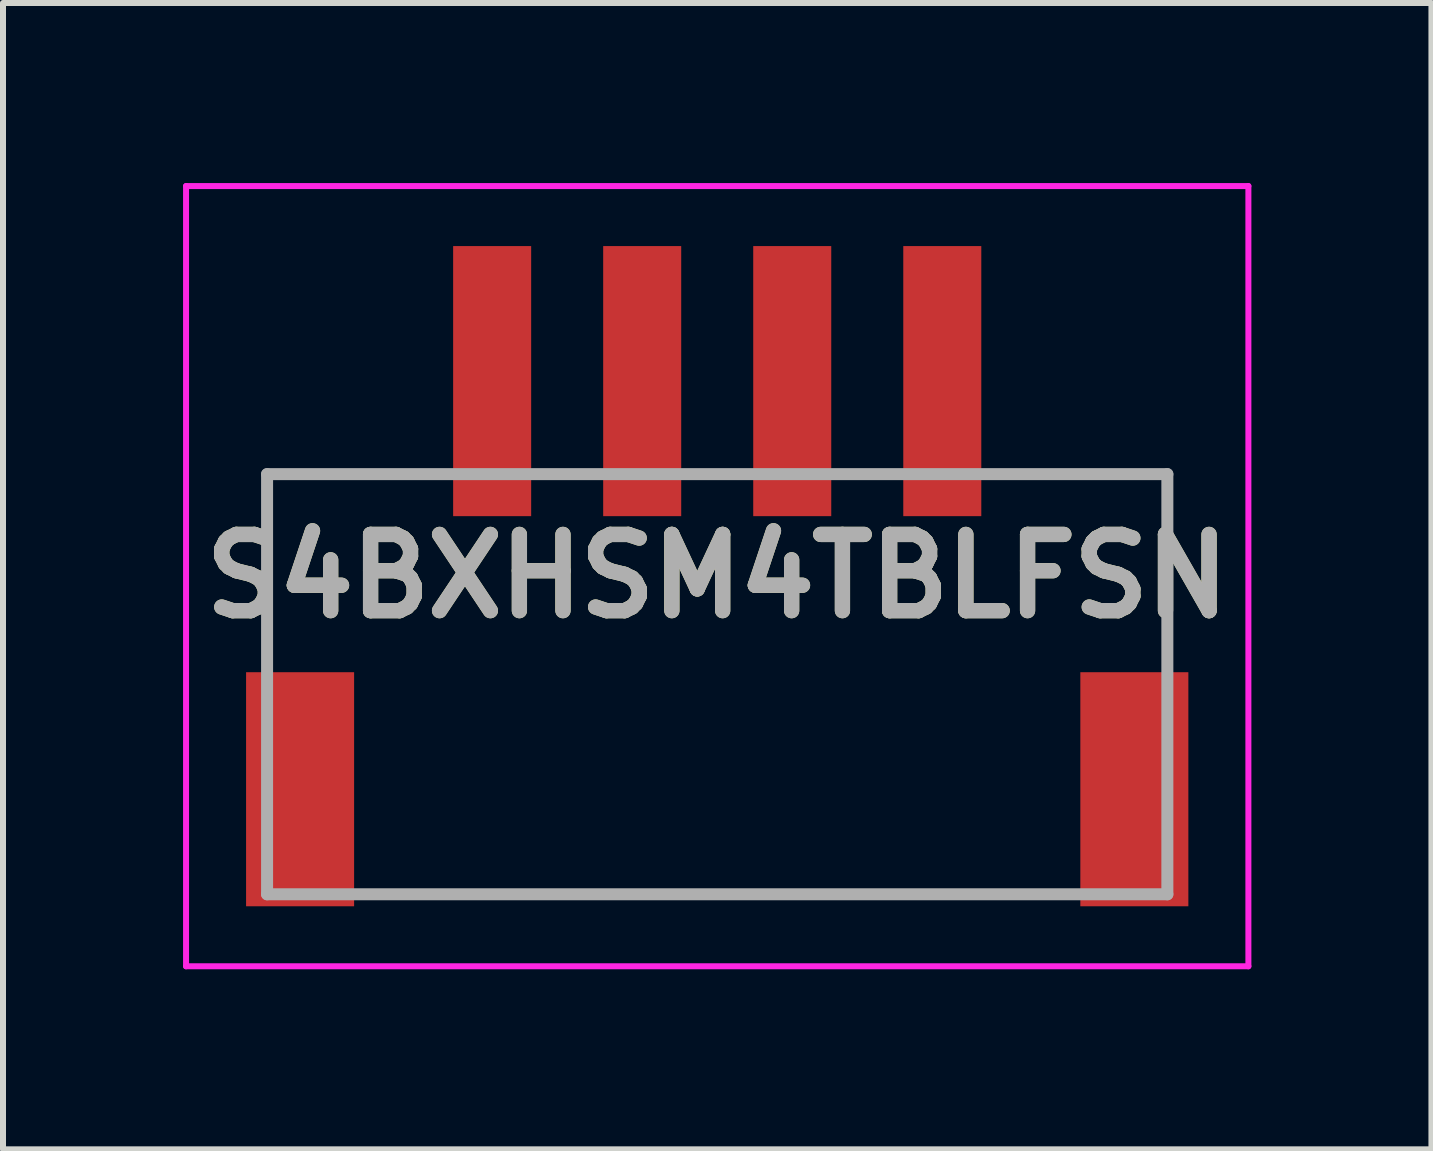
<source format=kicad_pcb>
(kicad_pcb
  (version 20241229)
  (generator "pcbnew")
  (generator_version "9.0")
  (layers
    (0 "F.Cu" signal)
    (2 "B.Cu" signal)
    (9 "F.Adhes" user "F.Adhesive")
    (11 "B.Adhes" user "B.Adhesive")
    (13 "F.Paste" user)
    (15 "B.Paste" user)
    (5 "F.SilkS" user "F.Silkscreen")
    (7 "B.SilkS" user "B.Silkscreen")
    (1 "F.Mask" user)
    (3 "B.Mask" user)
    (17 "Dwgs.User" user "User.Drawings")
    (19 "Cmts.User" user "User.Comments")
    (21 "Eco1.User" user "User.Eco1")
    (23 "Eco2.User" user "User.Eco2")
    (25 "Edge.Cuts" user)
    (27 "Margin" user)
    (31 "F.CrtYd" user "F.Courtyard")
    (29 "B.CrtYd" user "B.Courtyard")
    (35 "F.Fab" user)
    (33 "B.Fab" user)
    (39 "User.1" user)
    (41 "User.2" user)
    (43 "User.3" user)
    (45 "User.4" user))
  (footprint "S4BXHSM4TBLFSN"
    (layer "F.Cu")
    (at 8.9 7.575)
    (property "Reference" "S4BXHSM4TBLFSN" (at 0 -1.025 0) (layer "F.SilkS") (effects (font (size 1.27 1.27) (thickness 0.254))))
    (attr smd)
    (fp_line (start -5.5 4.275) (end 5.5 4.275) (stroke (width 0.1) (type solid)) (layer "F.SilkS"))
    (fp_line (start -8.85 -7.525) (end 8.85 -7.525) (stroke (width 0.1) (type solid)) (layer "F.CrtYd"))
    (fp_line (start -8.85 5.475) (end -8.85 -7.525) (stroke (width 0.1) (type solid)) (layer "F.CrtYd"))
    (fp_line (start 8.85 -7.525) (end 8.85 5.475) (stroke (width 0.1) (type solid)) (layer "F.CrtYd"))
    (fp_line (start 8.85 5.475) (end -8.85 5.475) (stroke (width 0.1) (type solid)) (layer "F.CrtYd"))
    (fp_line (start -7.5 -2.725) (end 7.5 -2.725) (stroke (width 0.2) (type solid)) (layer "F.Fab"))
    (fp_line (start -7.5 4.275) (end -7.5 -2.725) (stroke (width 0.2) (type solid)) (layer "F.Fab"))
    (fp_line (start 7.5 -2.725) (end 7.5 4.275) (stroke (width 0.2) (type solid)) (layer "F.Fab"))
    (fp_line (start 7.5 4.275) (end -7.5 4.275) (stroke (width 0.2) (type solid)) (layer "F.Fab"))
    (fp_text user "${REFERENCE}" (at 0 -1.025 0) (layer "F.Fab") (effects (font (size 1.27 1.27) (thickness 0.254))))
    (pad "1" smd rect (at -3.75 -4.275) (size 1.3 4.5) (layers "F.Cu" "F.Mask" "F.Paste"))
    (pad "2" smd rect (at -1.25 -4.275) (size 1.3 4.5) (layers "F.Cu" "F.Mask" "F.Paste"))
    (pad "3" smd rect (at 1.25 -4.275) (size 1.3 4.5) (layers "F.Cu" "F.Mask" "F.Paste"))
    (pad "4" smd rect (at 3.75 -4.275) (size 1.3 4.5) (layers "F.Cu" "F.Mask" "F.Paste"))
    (pad "MP1" smd rect (at -6.95 2.525) (size 1.8 3.9) (layers "F.Cu" "F.Mask" "F.Paste"))
    (pad "MP2" smd rect (at 6.95 2.525) (size 1.8 3.9) (layers "F.Cu" "F.Mask" "F.Paste")))
  (gr_rect
    (start -3 -3)
    (end 20.8 16.1)
    (stroke (width 0.1) (type default))
    (fill no)
    (layer "Edge.Cuts")))
</source>
